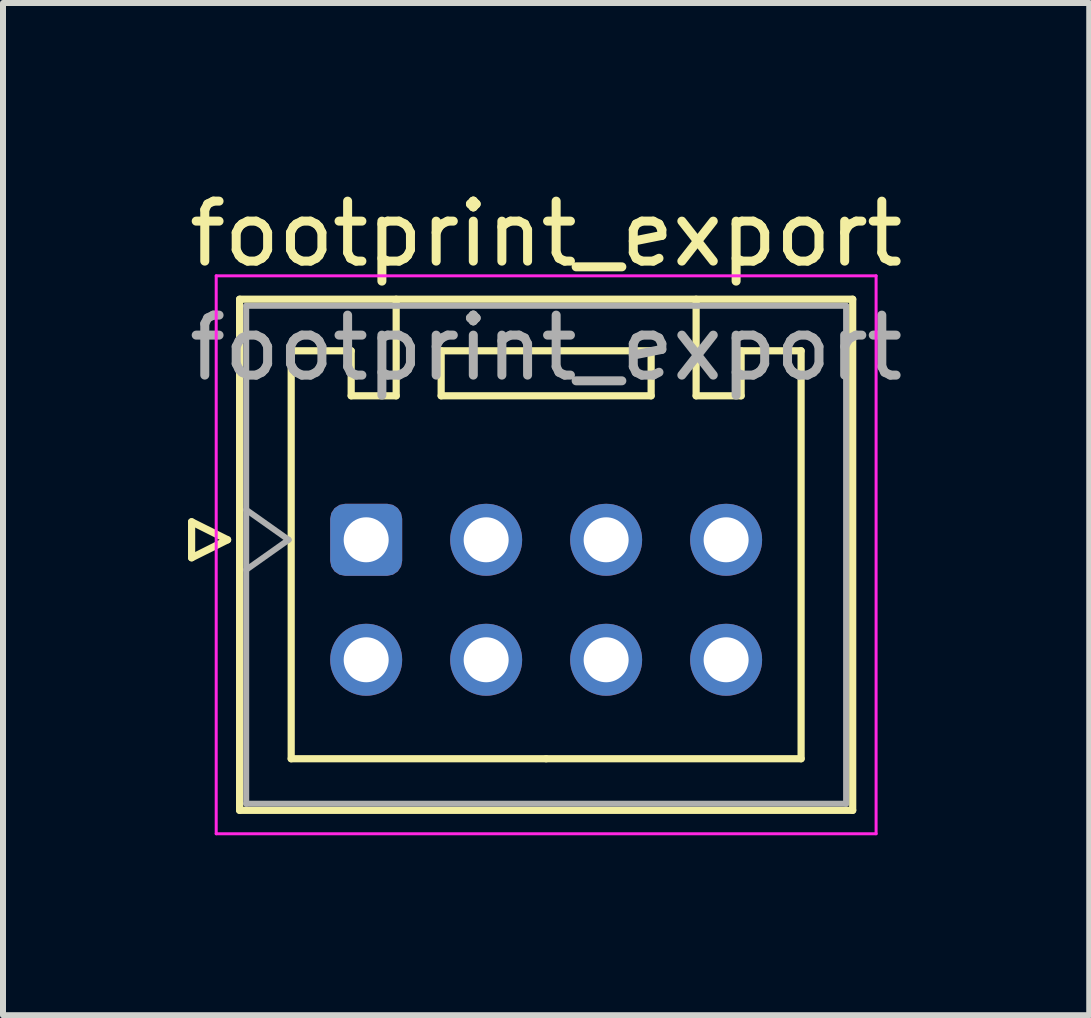
<source format=kicad_pcb>
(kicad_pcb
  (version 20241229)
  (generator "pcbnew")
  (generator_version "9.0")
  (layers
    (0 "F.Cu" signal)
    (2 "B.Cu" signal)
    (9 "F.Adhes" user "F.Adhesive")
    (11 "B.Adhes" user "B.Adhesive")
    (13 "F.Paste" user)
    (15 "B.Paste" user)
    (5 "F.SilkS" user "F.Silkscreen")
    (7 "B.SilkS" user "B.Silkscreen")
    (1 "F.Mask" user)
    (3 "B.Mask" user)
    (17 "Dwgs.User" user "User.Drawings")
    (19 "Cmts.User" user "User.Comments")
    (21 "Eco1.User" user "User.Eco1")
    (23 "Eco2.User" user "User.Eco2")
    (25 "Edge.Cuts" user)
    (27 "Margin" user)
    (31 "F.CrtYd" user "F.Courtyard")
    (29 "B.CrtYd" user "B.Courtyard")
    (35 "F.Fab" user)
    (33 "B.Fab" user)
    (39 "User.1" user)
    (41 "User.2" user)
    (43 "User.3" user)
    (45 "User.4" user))
  (footprint "footprint_export"
    (layer "F.Cu")
    (at 3.054 5.948)
    (property "Reference" "footprint_export" (at 3 -5.1 0) (layer "F.SilkS") (effects (font (size 1 1) (thickness 0.15))))
    (attr through_hole)
    (fp_line (start -2.91 -0.3) (end -2.31 0) (stroke (width 0.12) (type solid)) (layer "F.SilkS"))
    (fp_line (start -2.91 0.3) (end -2.91 -0.3) (stroke (width 0.12) (type solid)) (layer "F.SilkS"))
    (fp_line (start -2.31 0) (end -2.91 0.3) (stroke (width 0.12) (type solid)) (layer "F.SilkS"))
    (fp_line (start -2.11 -4.01) (end -2.11 4.51) (stroke (width 0.12) (type solid)) (layer "F.SilkS"))
    (fp_line (start -2.11 4.51) (end 8.11 4.51) (stroke (width 0.12) (type solid)) (layer "F.SilkS"))
    (fp_line (start -1.25 -3.15) (end -1.25 3.65) (stroke (width 0.12) (type solid)) (layer "F.SilkS"))
    (fp_line (start -1.25 3.65) (end 3 3.65) (stroke (width 0.12) (type solid)) (layer "F.SilkS"))
    (fp_line (start -0.25 -3.15) (end -1.25 -3.15) (stroke (width 0.12) (type solid)) (layer "F.SilkS"))
    (fp_line (start -0.25 -2.4) (end -0.25 -3.15) (stroke (width 0.12) (type solid)) (layer "F.SilkS"))
    (fp_line (start 0.5 -4.01) (end 0.5 -2.4) (stroke (width 0.12) (type solid)) (layer "F.SilkS"))
    (fp_line (start 0.5 -2.4) (end -0.25 -2.4) (stroke (width 0.12) (type solid)) (layer "F.SilkS"))
    (fp_line (start 1.25 -3.15) (end 1.25 -2.4) (stroke (width 0.12) (type solid)) (layer "F.SilkS"))
    (fp_line (start 1.25 -2.4) (end 4.75 -2.4) (stroke (width 0.12) (type solid)) (layer "F.SilkS"))
    (fp_line (start 4.75 -3.15) (end 1.25 -3.15) (stroke (width 0.12) (type solid)) (layer "F.SilkS"))
    (fp_line (start 4.75 -2.4) (end 4.75 -3.15) (stroke (width 0.12) (type solid)) (layer "F.SilkS"))
    (fp_line (start 5.5 -4.01) (end 5.5 -2.4) (stroke (width 0.12) (type solid)) (layer "F.SilkS"))
    (fp_line (start 5.5 -2.4) (end 6.25 -2.4) (stroke (width 0.12) (type solid)) (layer "F.SilkS"))
    (fp_line (start 6.25 -3.15) (end 7.25 -3.15) (stroke (width 0.12) (type solid)) (layer "F.SilkS"))
    (fp_line (start 6.25 -2.4) (end 6.25 -3.15) (stroke (width 0.12) (type solid)) (layer "F.SilkS"))
    (fp_line (start 7.25 -3.15) (end 7.25 3.65) (stroke (width 0.12) (type solid)) (layer "F.SilkS"))
    (fp_line (start 7.25 3.65) (end 3 3.65) (stroke (width 0.12) (type solid)) (layer "F.SilkS"))
    (fp_line (start 8.11 -4.01) (end -2.11 -4.01) (stroke (width 0.12) (type solid)) (layer "F.SilkS"))
    (fp_line (start 8.11 4.51) (end 8.11 -4.01) (stroke (width 0.12) (type solid)) (layer "F.SilkS"))
    (fp_line (start -2.5 -4.4) (end -2.5 4.9) (stroke (width 0.05) (type solid)) (layer "F.CrtYd"))
    (fp_line (start -2.5 4.9) (end 8.5 4.9) (stroke (width 0.05) (type solid)) (layer "F.CrtYd"))
    (fp_line (start 8.5 -4.4) (end -2.5 -4.4) (stroke (width 0.05) (type solid)) (layer "F.CrtYd"))
    (fp_line (start 8.5 4.9) (end 8.5 -4.4) (stroke (width 0.05) (type solid)) (layer "F.CrtYd"))
    (fp_line (start -2 -3.9) (end -2 4.4) (stroke (width 0.1) (type solid)) (layer "F.Fab"))
    (fp_line (start -2 0.5) (end -1.293 0) (stroke (width 0.1) (type solid)) (layer "F.Fab"))
    (fp_line (start -2 4.4) (end 8 4.4) (stroke (width 0.1) (type solid)) (layer "F.Fab"))
    (fp_line (start -1.293 0) (end -2 -0.5) (stroke (width 0.1) (type solid)) (layer "F.Fab"))
    (fp_line (start 8 -3.9) (end -2 -3.9) (stroke (width 0.1) (type solid)) (layer "F.Fab"))
    (fp_line (start 8 4.4) (end 8 -3.9) (stroke (width 0.1) (type solid)) (layer "F.Fab"))
    (fp_text user "${REFERENCE}" (at 3 -3.2 0) (layer "F.Fab") (effects (font (size 1 1) (thickness 0.15))))
    (pad "1" thru_hole roundrect (at 0 0) (size 1.2 1.2) (drill 0.75) (layers "*.Cu" "*.Mask") (roundrect_rratio 0.208))
    (pad "2" thru_hole circle (at 0 2) (size 1.2 1.2) (drill 0.75) (layers "*.Cu" "*.Mask"))
    (pad "3" thru_hole circle (at 2 0) (size 1.2 1.2) (drill 0.75) (layers "*.Cu" "*.Mask"))
    (pad "4" thru_hole circle (at 2 2) (size 1.2 1.2) (drill 0.75) (layers "*.Cu" "*.Mask"))
    (pad "5" thru_hole circle (at 4 0) (size 1.2 1.2) (drill 0.75) (layers "*.Cu" "*.Mask"))
    (pad "6" thru_hole circle (at 4 2) (size 1.2 1.2) (drill 0.75) (layers "*.Cu" "*.Mask"))
    (pad "7" thru_hole circle (at 6 0) (size 1.2 1.2) (drill 0.75) (layers "*.Cu" "*.Mask"))
    (pad "8" thru_hole circle (at 6 2) (size 1.2 1.2) (drill 0.75) (layers "*.Cu" "*.Mask")))
  (gr_rect
    (start -3 -3)
    (end 15.107 13.873)
    (stroke (width 0.1) (type default))
    (fill no)
    (layer "Edge.Cuts")))
</source>
